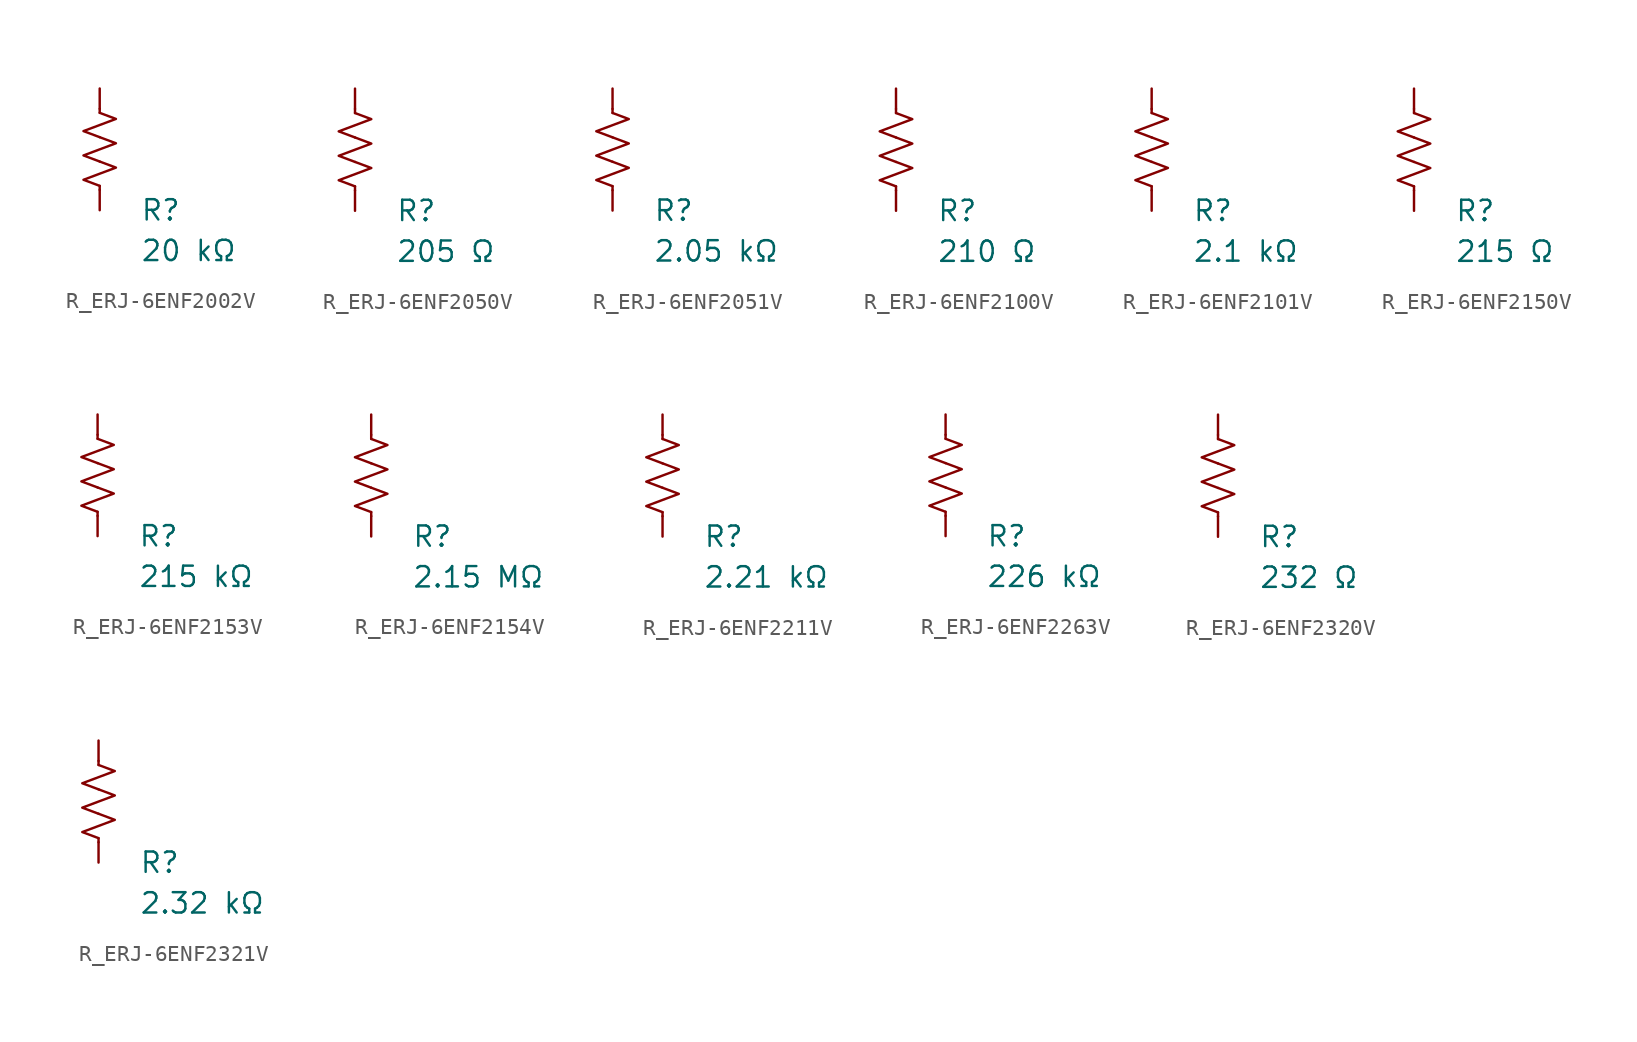
<source format=kicad_sym>
(kicad_symbol_lib
  (version 20231120)
  (generator "kicad_symbol_editor")
  (generator_version "8.0")
  (symbol "R_ERJ-6ENF2002V"
    (pin_numbers hide)
    (pin_names
      (offset 0))
    (property "Reference" "R"
      (at 2.54 -3.81 0)
      (effects (font (size 1.27 1.27)) (justify left))
      (show_name no))
    (property "Value" "20 kΩ"
      (at 2.54 -6.35 0)
      (effects (font (size 1.27 1.27)) (justify left))
      (show_name no))
    (symbol "R_ERJ-6ENF2002V_0_1"
      (polyline (pts (xy 0 -2.286) (xy 0 -2.54)) (stroke (width 0) (type default)) (fill (type none)))
      (polyline (pts (xy 0 2.286) (xy 0 2.54)) (stroke (width 0) (type default)) (fill (type none)))
      (polyline (pts (xy 0 -0.762) (xy 1.016 -1.143) (xy 0 -1.524) (xy -1.016 -1.905) (xy 0 -2.286)) (stroke (width 0) (type default)) (fill (type none)))
      (polyline (pts (xy 0 0.762) (xy 1.016 0.381) (xy 0 0) (xy -1.016 -0.381) (xy 0 -0.762)) (stroke (width 0) (type default)) (fill (type none)))
      (polyline (pts (xy 0 2.286) (xy 1.016 1.905) (xy 0 1.524) (xy -1.016 1.143) (xy 0 0.762)) (stroke (width 0) (type default)) (fill (type none))))
    (symbol "R_ERJ-6ENF2002V_1_1"
      (pin passive line (at 0 3.81 270) (length 1.27) (name "~" (effects (font (size 1.27 1.27)))) (number "1" (effects (font (size 1.27 1.27)))))
      (pin passive line (at 0 -3.81 90) (length 1.27) (name "~" (effects (font (size 1.27 1.27)))) (number "2" (effects (font (size 1.27 1.27)))))))
  (symbol "R_ERJ-6ENF2050V"
    (pin_numbers hide)
    (pin_names
      (offset 0))
    (property "Reference" "R"
      (at 2.54 -3.81 0)
      (effects (font (size 1.27 1.27)) (justify left))
      (show_name no))
    (property "Value" "205 Ω"
      (at 2.54 -6.35 0)
      (effects (font (size 1.27 1.27)) (justify left))
      (show_name no))
    (symbol "R_ERJ-6ENF2050V_0_1"
      (polyline (pts (xy 0 -2.286) (xy 0 -2.54)) (stroke (width 0) (type default)) (fill (type none)))
      (polyline (pts (xy 0 2.286) (xy 0 2.54)) (stroke (width 0) (type default)) (fill (type none)))
      (polyline (pts (xy 0 -0.762) (xy 1.016 -1.143) (xy 0 -1.524) (xy -1.016 -1.905) (xy 0 -2.286)) (stroke (width 0) (type default)) (fill (type none)))
      (polyline (pts (xy 0 0.762) (xy 1.016 0.381) (xy 0 0) (xy -1.016 -0.381) (xy 0 -0.762)) (stroke (width 0) (type default)) (fill (type none)))
      (polyline (pts (xy 0 2.286) (xy 1.016 1.905) (xy 0 1.524) (xy -1.016 1.143) (xy 0 0.762)) (stroke (width 0) (type default)) (fill (type none))))
    (symbol "R_ERJ-6ENF2050V_1_1"
      (pin passive line (at 0 3.81 270) (length 1.27) (name "~" (effects (font (size 1.27 1.27)))) (number "1" (effects (font (size 1.27 1.27)))))
      (pin passive line (at 0 -3.81 90) (length 1.27) (name "~" (effects (font (size 1.27 1.27)))) (number "2" (effects (font (size 1.27 1.27)))))))
  (symbol "R_ERJ-6ENF2051V"
    (pin_numbers hide)
    (pin_names
      (offset 0))
    (property "Reference" "R"
      (at 2.54 -3.81 0)
      (effects (font (size 1.27 1.27)) (justify left))
      (show_name no))
    (property "Value" "2.05 kΩ"
      (at 2.54 -6.35 0)
      (effects (font (size 1.27 1.27)) (justify left))
      (show_name no))
    (symbol "R_ERJ-6ENF2051V_0_1"
      (polyline (pts (xy 0 -2.286) (xy 0 -2.54)) (stroke (width 0) (type default)) (fill (type none)))
      (polyline (pts (xy 0 2.286) (xy 0 2.54)) (stroke (width 0) (type default)) (fill (type none)))
      (polyline (pts (xy 0 -0.762) (xy 1.016 -1.143) (xy 0 -1.524) (xy -1.016 -1.905) (xy 0 -2.286)) (stroke (width 0) (type default)) (fill (type none)))
      (polyline (pts (xy 0 0.762) (xy 1.016 0.381) (xy 0 0) (xy -1.016 -0.381) (xy 0 -0.762)) (stroke (width 0) (type default)) (fill (type none)))
      (polyline (pts (xy 0 2.286) (xy 1.016 1.905) (xy 0 1.524) (xy -1.016 1.143) (xy 0 0.762)) (stroke (width 0) (type default)) (fill (type none))))
    (symbol "R_ERJ-6ENF2051V_1_1"
      (pin passive line (at 0 3.81 270) (length 1.27) (name "~" (effects (font (size 1.27 1.27)))) (number "1" (effects (font (size 1.27 1.27)))))
      (pin passive line (at 0 -3.81 90) (length 1.27) (name "~" (effects (font (size 1.27 1.27)))) (number "2" (effects (font (size 1.27 1.27)))))))
  (symbol "R_ERJ-6ENF2100V"
    (pin_numbers hide)
    (pin_names
      (offset 0))
    (property "Reference" "R"
      (at 2.54 -3.81 0)
      (effects (font (size 1.27 1.27)) (justify left))
      (show_name no))
    (property "Value" "210 Ω"
      (at 2.54 -6.35 0)
      (effects (font (size 1.27 1.27)) (justify left))
      (show_name no))
    (symbol "R_ERJ-6ENF2100V_0_1"
      (polyline (pts (xy 0 -2.286) (xy 0 -2.54)) (stroke (width 0) (type default)) (fill (type none)))
      (polyline (pts (xy 0 2.286) (xy 0 2.54)) (stroke (width 0) (type default)) (fill (type none)))
      (polyline (pts (xy 0 -0.762) (xy 1.016 -1.143) (xy 0 -1.524) (xy -1.016 -1.905) (xy 0 -2.286)) (stroke (width 0) (type default)) (fill (type none)))
      (polyline (pts (xy 0 0.762) (xy 1.016 0.381) (xy 0 0) (xy -1.016 -0.381) (xy 0 -0.762)) (stroke (width 0) (type default)) (fill (type none)))
      (polyline (pts (xy 0 2.286) (xy 1.016 1.905) (xy 0 1.524) (xy -1.016 1.143) (xy 0 0.762)) (stroke (width 0) (type default)) (fill (type none))))
    (symbol "R_ERJ-6ENF2100V_1_1"
      (pin passive line (at 0 3.81 270) (length 1.27) (name "~" (effects (font (size 1.27 1.27)))) (number "1" (effects (font (size 1.27 1.27)))))
      (pin passive line (at 0 -3.81 90) (length 1.27) (name "~" (effects (font (size 1.27 1.27)))) (number "2" (effects (font (size 1.27 1.27)))))))
  (symbol "R_ERJ-6ENF2101V"
    (pin_numbers hide)
    (pin_names
      (offset 0))
    (property "Reference" "R"
      (at 2.54 -3.81 0)
      (effects (font (size 1.27 1.27)) (justify left))
      (show_name no))
    (property "Value" "2.1 kΩ"
      (at 2.54 -6.35 0)
      (effects (font (size 1.27 1.27)) (justify left))
      (show_name no))
    (symbol "R_ERJ-6ENF2101V_0_1"
      (polyline (pts (xy 0 -2.286) (xy 0 -2.54)) (stroke (width 0) (type default)) (fill (type none)))
      (polyline (pts (xy 0 2.286) (xy 0 2.54)) (stroke (width 0) (type default)) (fill (type none)))
      (polyline (pts (xy 0 -0.762) (xy 1.016 -1.143) (xy 0 -1.524) (xy -1.016 -1.905) (xy 0 -2.286)) (stroke (width 0) (type default)) (fill (type none)))
      (polyline (pts (xy 0 0.762) (xy 1.016 0.381) (xy 0 0) (xy -1.016 -0.381) (xy 0 -0.762)) (stroke (width 0) (type default)) (fill (type none)))
      (polyline (pts (xy 0 2.286) (xy 1.016 1.905) (xy 0 1.524) (xy -1.016 1.143) (xy 0 0.762)) (stroke (width 0) (type default)) (fill (type none))))
    (symbol "R_ERJ-6ENF2101V_1_1"
      (pin passive line (at 0 3.81 270) (length 1.27) (name "~" (effects (font (size 1.27 1.27)))) (number "1" (effects (font (size 1.27 1.27)))))
      (pin passive line (at 0 -3.81 90) (length 1.27) (name "~" (effects (font (size 1.27 1.27)))) (number "2" (effects (font (size 1.27 1.27)))))))
  (symbol "R_ERJ-6ENF2150V"
    (pin_numbers hide)
    (pin_names
      (offset 0))
    (property "Reference" "R"
      (at 2.54 -3.81 0)
      (effects (font (size 1.27 1.27)) (justify left))
      (show_name no))
    (property "Value" "215 Ω"
      (at 2.54 -6.35 0)
      (effects (font (size 1.27 1.27)) (justify left))
      (show_name no))
    (symbol "R_ERJ-6ENF2150V_0_1"
      (polyline (pts (xy 0 -2.286) (xy 0 -2.54)) (stroke (width 0) (type default)) (fill (type none)))
      (polyline (pts (xy 0 2.286) (xy 0 2.54)) (stroke (width 0) (type default)) (fill (type none)))
      (polyline (pts (xy 0 -0.762) (xy 1.016 -1.143) (xy 0 -1.524) (xy -1.016 -1.905) (xy 0 -2.286)) (stroke (width 0) (type default)) (fill (type none)))
      (polyline (pts (xy 0 0.762) (xy 1.016 0.381) (xy 0 0) (xy -1.016 -0.381) (xy 0 -0.762)) (stroke (width 0) (type default)) (fill (type none)))
      (polyline (pts (xy 0 2.286) (xy 1.016 1.905) (xy 0 1.524) (xy -1.016 1.143) (xy 0 0.762)) (stroke (width 0) (type default)) (fill (type none))))
    (symbol "R_ERJ-6ENF2150V_1_1"
      (pin passive line (at 0 3.81 270) (length 1.27) (name "~" (effects (font (size 1.27 1.27)))) (number "1" (effects (font (size 1.27 1.27)))))
      (pin passive line (at 0 -3.81 90) (length 1.27) (name "~" (effects (font (size 1.27 1.27)))) (number "2" (effects (font (size 1.27 1.27)))))))
  (symbol "R_ERJ-6ENF2153V"
    (pin_numbers hide)
    (pin_names
      (offset 0))
    (property "Reference" "R"
      (at 2.54 -3.81 0)
      (effects (font (size 1.27 1.27)) (justify left))
      (show_name no))
    (property "Value" "215 kΩ"
      (at 2.54 -6.35 0)
      (effects (font (size 1.27 1.27)) (justify left))
      (show_name no))
    (symbol "R_ERJ-6ENF2153V_0_1"
      (polyline (pts (xy 0 -2.286) (xy 0 -2.54)) (stroke (width 0) (type default)) (fill (type none)))
      (polyline (pts (xy 0 2.286) (xy 0 2.54)) (stroke (width 0) (type default)) (fill (type none)))
      (polyline (pts (xy 0 -0.762) (xy 1.016 -1.143) (xy 0 -1.524) (xy -1.016 -1.905) (xy 0 -2.286)) (stroke (width 0) (type default)) (fill (type none)))
      (polyline (pts (xy 0 0.762) (xy 1.016 0.381) (xy 0 0) (xy -1.016 -0.381) (xy 0 -0.762)) (stroke (width 0) (type default)) (fill (type none)))
      (polyline (pts (xy 0 2.286) (xy 1.016 1.905) (xy 0 1.524) (xy -1.016 1.143) (xy 0 0.762)) (stroke (width 0) (type default)) (fill (type none))))
    (symbol "R_ERJ-6ENF2153V_1_1"
      (pin passive line (at 0 3.81 270) (length 1.27) (name "~" (effects (font (size 1.27 1.27)))) (number "1" (effects (font (size 1.27 1.27)))))
      (pin passive line (at 0 -3.81 90) (length 1.27) (name "~" (effects (font (size 1.27 1.27)))) (number "2" (effects (font (size 1.27 1.27)))))))
  (symbol "R_ERJ-6ENF2154V"
    (pin_numbers hide)
    (pin_names
      (offset 0))
    (property "Reference" "R"
      (at 2.54 -3.81 0)
      (effects (font (size 1.27 1.27)) (justify left))
      (show_name no))
    (property "Value" "2.15 MΩ"
      (at 2.54 -6.35 0)
      (effects (font (size 1.27 1.27)) (justify left))
      (show_name no))
    (symbol "R_ERJ-6ENF2154V_0_1"
      (polyline (pts (xy 0 -2.286) (xy 0 -2.54)) (stroke (width 0) (type default)) (fill (type none)))
      (polyline (pts (xy 0 2.286) (xy 0 2.54)) (stroke (width 0) (type default)) (fill (type none)))
      (polyline (pts (xy 0 -0.762) (xy 1.016 -1.143) (xy 0 -1.524) (xy -1.016 -1.905) (xy 0 -2.286)) (stroke (width 0) (type default)) (fill (type none)))
      (polyline (pts (xy 0 0.762) (xy 1.016 0.381) (xy 0 0) (xy -1.016 -0.381) (xy 0 -0.762)) (stroke (width 0) (type default)) (fill (type none)))
      (polyline (pts (xy 0 2.286) (xy 1.016 1.905) (xy 0 1.524) (xy -1.016 1.143) (xy 0 0.762)) (stroke (width 0) (type default)) (fill (type none))))
    (symbol "R_ERJ-6ENF2154V_1_1"
      (pin passive line (at 0 3.81 270) (length 1.27) (name "~" (effects (font (size 1.27 1.27)))) (number "1" (effects (font (size 1.27 1.27)))))
      (pin passive line (at 0 -3.81 90) (length 1.27) (name "~" (effects (font (size 1.27 1.27)))) (number "2" (effects (font (size 1.27 1.27)))))))
  (symbol "R_ERJ-6ENF2211V"
    (pin_numbers hide)
    (pin_names
      (offset 0))
    (property "Reference" "R"
      (at 2.54 -3.81 0)
      (effects (font (size 1.27 1.27)) (justify left))
      (show_name no))
    (property "Value" "2.21 kΩ"
      (at 2.54 -6.35 0)
      (effects (font (size 1.27 1.27)) (justify left))
      (show_name no))
    (symbol "R_ERJ-6ENF2211V_0_1"
      (polyline (pts (xy 0 -2.286) (xy 0 -2.54)) (stroke (width 0) (type default)) (fill (type none)))
      (polyline (pts (xy 0 2.286) (xy 0 2.54)) (stroke (width 0) (type default)) (fill (type none)))
      (polyline (pts (xy 0 -0.762) (xy 1.016 -1.143) (xy 0 -1.524) (xy -1.016 -1.905) (xy 0 -2.286)) (stroke (width 0) (type default)) (fill (type none)))
      (polyline (pts (xy 0 0.762) (xy 1.016 0.381) (xy 0 0) (xy -1.016 -0.381) (xy 0 -0.762)) (stroke (width 0) (type default)) (fill (type none)))
      (polyline (pts (xy 0 2.286) (xy 1.016 1.905) (xy 0 1.524) (xy -1.016 1.143) (xy 0 0.762)) (stroke (width 0) (type default)) (fill (type none))))
    (symbol "R_ERJ-6ENF2211V_1_1"
      (pin passive line (at 0 3.81 270) (length 1.27) (name "~" (effects (font (size 1.27 1.27)))) (number "1" (effects (font (size 1.27 1.27)))))
      (pin passive line (at 0 -3.81 90) (length 1.27) (name "~" (effects (font (size 1.27 1.27)))) (number "2" (effects (font (size 1.27 1.27)))))))
  (symbol "R_ERJ-6ENF2263V"
    (pin_numbers hide)
    (pin_names
      (offset 0))
    (property "Reference" "R"
      (at 2.54 -3.81 0)
      (effects (font (size 1.27 1.27)) (justify left))
      (show_name no))
    (property "Value" "226 kΩ"
      (at 2.54 -6.35 0)
      (effects (font (size 1.27 1.27)) (justify left))
      (show_name no))
    (symbol "R_ERJ-6ENF2263V_0_1"
      (polyline (pts (xy 0 -2.286) (xy 0 -2.54)) (stroke (width 0) (type default)) (fill (type none)))
      (polyline (pts (xy 0 2.286) (xy 0 2.54)) (stroke (width 0) (type default)) (fill (type none)))
      (polyline (pts (xy 0 -0.762) (xy 1.016 -1.143) (xy 0 -1.524) (xy -1.016 -1.905) (xy 0 -2.286)) (stroke (width 0) (type default)) (fill (type none)))
      (polyline (pts (xy 0 0.762) (xy 1.016 0.381) (xy 0 0) (xy -1.016 -0.381) (xy 0 -0.762)) (stroke (width 0) (type default)) (fill (type none)))
      (polyline (pts (xy 0 2.286) (xy 1.016 1.905) (xy 0 1.524) (xy -1.016 1.143) (xy 0 0.762)) (stroke (width 0) (type default)) (fill (type none))))
    (symbol "R_ERJ-6ENF2263V_1_1"
      (pin passive line (at 0 3.81 270) (length 1.27) (name "~" (effects (font (size 1.27 1.27)))) (number "1" (effects (font (size 1.27 1.27)))))
      (pin passive line (at 0 -3.81 90) (length 1.27) (name "~" (effects (font (size 1.27 1.27)))) (number "2" (effects (font (size 1.27 1.27)))))))
  (symbol "R_ERJ-6ENF2320V"
    (pin_numbers hide)
    (pin_names
      (offset 0))
    (property "Reference" "R"
      (at 2.54 -3.81 0)
      (effects (font (size 1.27 1.27)) (justify left))
      (show_name no))
    (property "Value" "232 Ω"
      (at 2.54 -6.35 0)
      (effects (font (size 1.27 1.27)) (justify left))
      (show_name no))
    (symbol "R_ERJ-6ENF2320V_0_1"
      (polyline (pts (xy 0 -2.286) (xy 0 -2.54)) (stroke (width 0) (type default)) (fill (type none)))
      (polyline (pts (xy 0 2.286) (xy 0 2.54)) (stroke (width 0) (type default)) (fill (type none)))
      (polyline (pts (xy 0 -0.762) (xy 1.016 -1.143) (xy 0 -1.524) (xy -1.016 -1.905) (xy 0 -2.286)) (stroke (width 0) (type default)) (fill (type none)))
      (polyline (pts (xy 0 0.762) (xy 1.016 0.381) (xy 0 0) (xy -1.016 -0.381) (xy 0 -0.762)) (stroke (width 0) (type default)) (fill (type none)))
      (polyline (pts (xy 0 2.286) (xy 1.016 1.905) (xy 0 1.524) (xy -1.016 1.143) (xy 0 0.762)) (stroke (width 0) (type default)) (fill (type none))))
    (symbol "R_ERJ-6ENF2320V_1_1"
      (pin passive line (at 0 3.81 270) (length 1.27) (name "~" (effects (font (size 1.27 1.27)))) (number "1" (effects (font (size 1.27 1.27)))))
      (pin passive line (at 0 -3.81 90) (length 1.27) (name "~" (effects (font (size 1.27 1.27)))) (number "2" (effects (font (size 1.27 1.27)))))))
  (symbol "R_ERJ-6ENF2321V"
    (pin_numbers hide)
    (pin_names
      (offset 0))
    (property "Reference" "R"
      (at 2.54 -3.81 0)
      (effects (font (size 1.27 1.27)) (justify left))
      (show_name no))
    (property "Value" "2.32 kΩ"
      (at 2.54 -6.35 0)
      (effects (font (size 1.27 1.27)) (justify left))
      (show_name no))
    (symbol "R_ERJ-6ENF2321V_0_1"
      (polyline (pts (xy 0 -2.286) (xy 0 -2.54)) (stroke (width 0) (type default)) (fill (type none)))
      (polyline (pts (xy 0 2.286) (xy 0 2.54)) (stroke (width 0) (type default)) (fill (type none)))
      (polyline (pts (xy 0 -0.762) (xy 1.016 -1.143) (xy 0 -1.524) (xy -1.016 -1.905) (xy 0 -2.286)) (stroke (width 0) (type default)) (fill (type none)))
      (polyline (pts (xy 0 0.762) (xy 1.016 0.381) (xy 0 0) (xy -1.016 -0.381) (xy 0 -0.762)) (stroke (width 0) (type default)) (fill (type none)))
      (polyline (pts (xy 0 2.286) (xy 1.016 1.905) (xy 0 1.524) (xy -1.016 1.143) (xy 0 0.762)) (stroke (width 0) (type default)) (fill (type none))))
    (symbol "R_ERJ-6ENF2321V_1_1"
      (pin passive line (at 0 3.81 270) (length 1.27) (name "~" (effects (font (size 1.27 1.27)))) (number "1" (effects (font (size 1.27 1.27)))))
      (pin passive line (at 0 -3.81 90) (length 1.27) (name "~" (effects (font (size 1.27 1.27)))) (number "2" (effects (font (size 1.27 1.27))))))))
</source>
